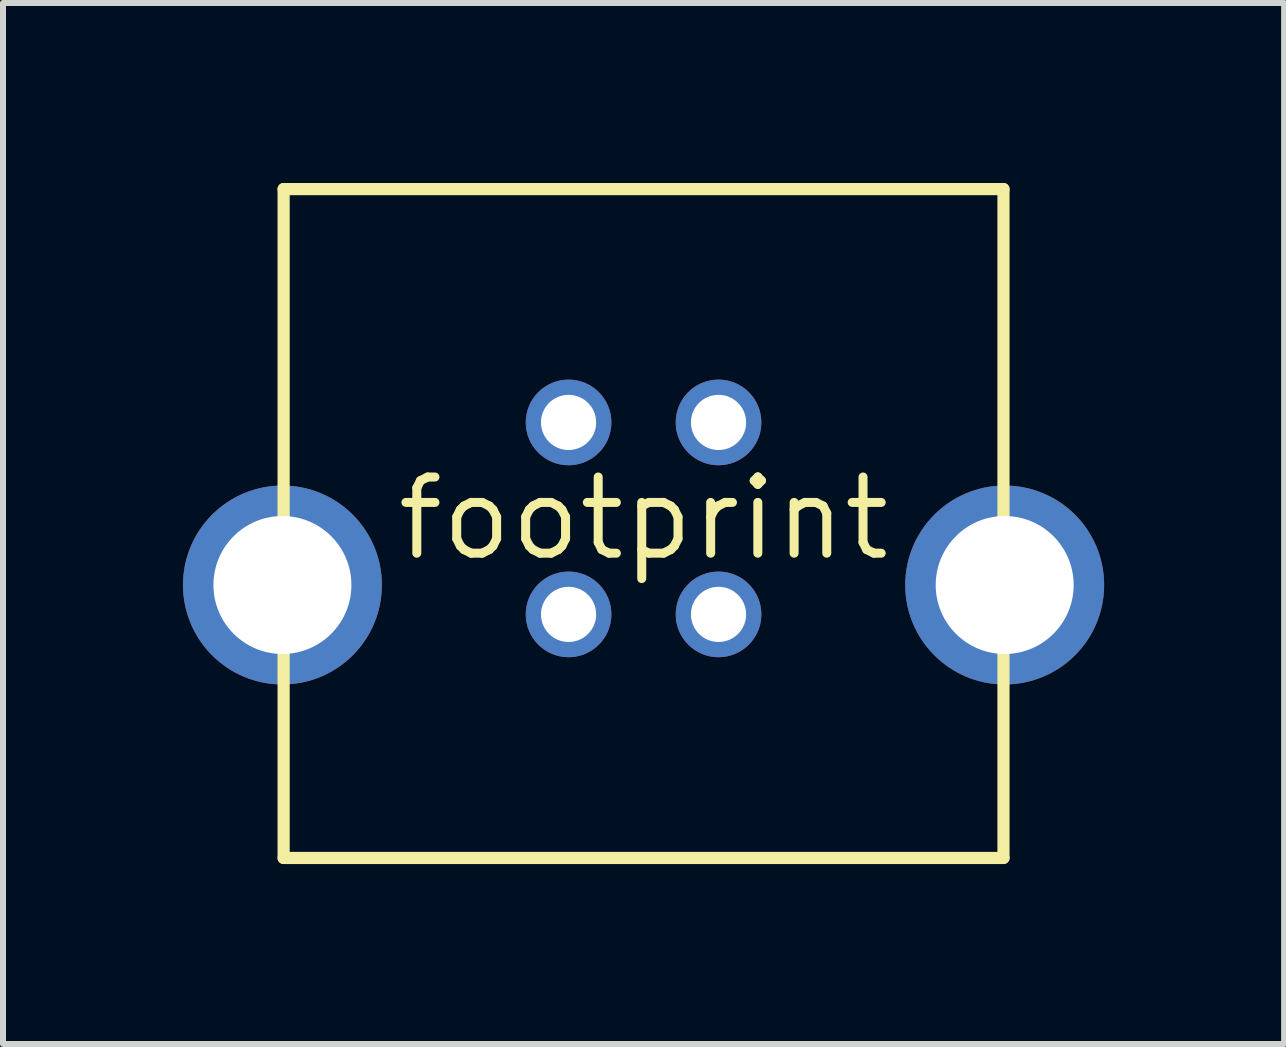
<source format=kicad_pcb>
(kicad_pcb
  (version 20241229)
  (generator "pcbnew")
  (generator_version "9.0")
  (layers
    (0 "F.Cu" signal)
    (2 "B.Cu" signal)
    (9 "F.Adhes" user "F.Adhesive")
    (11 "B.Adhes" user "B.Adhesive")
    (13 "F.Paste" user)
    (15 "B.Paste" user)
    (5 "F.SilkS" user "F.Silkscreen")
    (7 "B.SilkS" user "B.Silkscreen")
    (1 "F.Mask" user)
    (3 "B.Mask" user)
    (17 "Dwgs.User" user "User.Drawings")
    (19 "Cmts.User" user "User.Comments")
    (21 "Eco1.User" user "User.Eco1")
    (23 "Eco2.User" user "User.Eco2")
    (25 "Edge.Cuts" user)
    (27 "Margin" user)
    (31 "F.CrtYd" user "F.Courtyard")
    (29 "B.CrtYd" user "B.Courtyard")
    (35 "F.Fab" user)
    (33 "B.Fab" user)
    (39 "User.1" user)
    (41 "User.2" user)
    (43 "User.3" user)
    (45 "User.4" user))
  (footprint "footprint"
    (layer "F.Cu")
    (at 7.678 5.592)
    (property "Reference" "footprint" (at 0 0 0) (layer "F.SilkS") (effects (font (size 1.27 1.27) (thickness 0.15))))
    (fp_line (start -6 -5.49) (end -6 5.66) (stroke (width 0.203) (type solid)) (layer "F.SilkS"))
    (fp_line (start 6 -5.49) (end -6 -5.49) (stroke (width 0.203) (type solid)) (layer "F.SilkS"))
    (fp_line (start 6 -5.49) (end 6 5.66) (stroke (width 0.203) (type solid)) (layer "F.SilkS"))
    (fp_line (start 6 5.66) (end -6 5.66) (stroke (width 0.203) (type solid)) (layer "F.SilkS"))
    (pad "1" thru_hole circle (at 1.25 -1.6) (size 1.428 1.428) (drill 0.92) (layers "*.Cu" "*.Mask"))
    (pad "2" thru_hole circle (at -1.25 -1.6) (size 1.428 1.428) (drill 0.92) (layers "*.Cu" "*.Mask"))
    (pad "3" thru_hole circle (at -1.25 1.6) (size 1.428 1.428) (drill 0.92) (layers "*.Cu" "*.Mask"))
    (pad "4" thru_hole circle (at 1.25 1.6) (size 1.428 1.428) (drill 0.92) (layers "*.Cu" "*.Mask"))
    (pad "5" thru_hole circle (at -6.02 1.11) (size 3.316 3.316) (drill 2.3) (layers "*.Cu" "*.Mask"))
    (pad "6" thru_hole circle (at 6.02 1.11) (size 3.316 3.316) (drill 2.3) (layers "*.Cu" "*.Mask")))
  (gr_rect
    (start -3 -3)
    (end 18.356 14.353)
    (stroke (width 0.1) (type default))
    (fill no)
    (layer "Edge.Cuts")))
</source>
